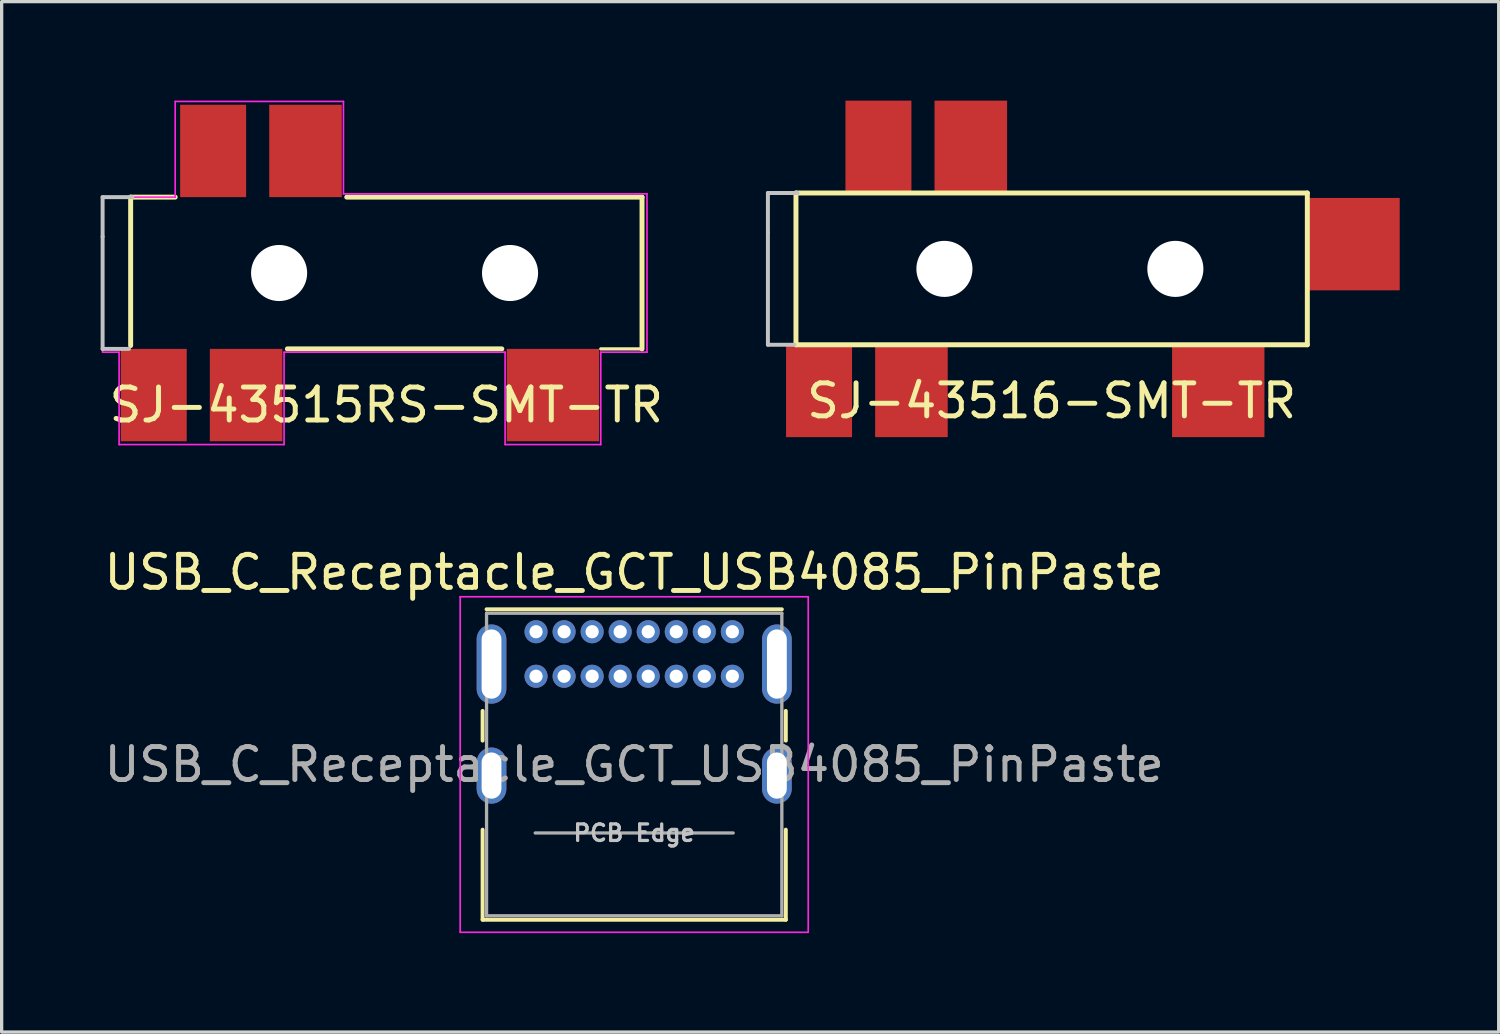
<source format=kicad_pcb>
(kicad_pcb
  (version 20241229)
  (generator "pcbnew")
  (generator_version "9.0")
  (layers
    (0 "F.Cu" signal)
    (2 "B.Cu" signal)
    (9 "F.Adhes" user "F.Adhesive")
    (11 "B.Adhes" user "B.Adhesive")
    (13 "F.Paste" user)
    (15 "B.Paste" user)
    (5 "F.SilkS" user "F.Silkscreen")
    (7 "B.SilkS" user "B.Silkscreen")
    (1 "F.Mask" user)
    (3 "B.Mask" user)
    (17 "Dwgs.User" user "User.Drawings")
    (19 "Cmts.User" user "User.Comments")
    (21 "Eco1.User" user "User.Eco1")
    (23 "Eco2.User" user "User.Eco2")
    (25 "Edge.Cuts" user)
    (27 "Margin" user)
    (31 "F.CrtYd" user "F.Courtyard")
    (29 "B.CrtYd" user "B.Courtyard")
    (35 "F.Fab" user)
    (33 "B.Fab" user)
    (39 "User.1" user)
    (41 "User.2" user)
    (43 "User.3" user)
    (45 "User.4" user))
  (footprint "USB_C_Receptacle_GCT_USB4085_PinPaste"
    (layer "F.Cu")
    (at 13.198 16.098)
    (property "Reference" "USB_C_Receptacle_GCT_USB4085_PinPaste" (at 2.975 -1.8 0) (layer "F.SilkS") (effects (font (size 1 1) (thickness 0.15))))
    (attr through_hole)
    (fp_line (start -1.62 2.4) (end -1.62 3.3) (stroke (width 0.12) (type solid)) (layer "F.SilkS"))
    (fp_line (start -1.62 6) (end -1.62 8.73) (stroke (width 0.12) (type solid)) (layer "F.SilkS"))
    (fp_line (start -1.62 8.73) (end 7.57 8.73) (stroke (width 0.12) (type solid)) (layer "F.SilkS"))
    (fp_line (start -1.5 -0.68) (end 7.45 -0.68) (stroke (width 0.12) (type solid)) (layer "F.SilkS"))
    (fp_line (start 7.57 2.4) (end 7.57 3.3) (stroke (width 0.12) (type solid)) (layer "F.SilkS"))
    (fp_line (start 7.57 6) (end 7.57 8.73) (stroke (width 0.12) (type solid)) (layer "F.SilkS"))
    (fp_line (start -2.3 -1.06) (end -2.3 9.11) (stroke (width 0.05) (type solid)) (layer "F.CrtYd"))
    (fp_line (start -2.3 -1.06) (end 8.25 -1.06) (stroke (width 0.05) (type solid)) (layer "F.CrtYd"))
    (fp_line (start -2.3 9.11) (end 8.25 9.11) (stroke (width 0.05) (type solid)) (layer "F.CrtYd"))
    (fp_line (start 8.25 -1.06) (end 8.25 9.11) (stroke (width 0.05) (type solid)) (layer "F.CrtYd"))
    (fp_line (start -1.5 -0.56) (end -1.5 8.61) (stroke (width 0.1) (type solid)) (layer "F.Fab"))
    (fp_line (start -1.5 -0.56) (end 7.45 -0.56) (stroke (width 0.1) (type solid)) (layer "F.Fab"))
    (fp_line (start -1.5 8.61) (end 7.45 8.61) (stroke (width 0.1) (type solid)) (layer "F.Fab"))
    (fp_line (start -0.025 6.1) (end 5.975 6.1) (stroke (width 0.1) (type solid)) (layer "F.Fab"))
    (fp_line (start 7.45 -0.56) (end 7.45 8.61) (stroke (width 0.1) (type solid)) (layer "F.Fab"))
    (fp_text user "PCB Edge" (at 2.975 6.1 0) (layer "Dwgs.User") (effects (font (size 0.5 0.5) (thickness 0.1))))
    (fp_text user "${REFERENCE}" (at 2.975 4.025 0) (layer "F.Fab") (effects (font (size 1 1) (thickness 0.15))))
    (pad "A1" thru_hole circle (at 0 0) (size 0.7 0.7) (drill 0.4) (layers "*.Cu" "*.Mask" "F.Paste"))
    (pad "A4" thru_hole circle (at 0.85 0) (size 0.7 0.7) (drill 0.4) (layers "*.Cu" "*.Mask" "F.Paste"))
    (pad "A5" thru_hole circle (at 1.7 0) (size 0.7 0.7) (drill 0.4) (layers "*.Cu" "*.Mask" "F.Paste"))
    (pad "A6" thru_hole circle (at 2.55 0) (size 0.7 0.7) (drill 0.4) (layers "*.Cu" "*.Mask" "F.Paste"))
    (pad "A7" thru_hole circle (at 3.4 0) (size 0.7 0.7) (drill 0.4) (layers "*.Cu" "*.Mask" "F.Paste"))
    (pad "A8" thru_hole circle (at 4.25 0) (size 0.7 0.7) (drill 0.4) (layers "*.Cu" "*.Mask" "F.Paste"))
    (pad "A9" thru_hole circle (at 5.1 0) (size 0.7 0.7) (drill 0.4) (layers "*.Cu" "*.Mask" "F.Paste"))
    (pad "A12" thru_hole circle (at 5.95 0) (size 0.7 0.7) (drill 0.4) (layers "*.Cu" "*.Mask" "F.Paste"))
    (pad "B1" thru_hole circle (at 5.95 1.35) (size 0.7 0.7) (drill 0.4) (layers "*.Cu" "*.Mask" "F.Paste"))
    (pad "B4" thru_hole circle (at 5.1 1.35) (size 0.7 0.7) (drill 0.4) (layers "*.Cu" "*.Mask" "F.Paste"))
    (pad "B5" thru_hole circle (at 4.25 1.35) (size 0.7 0.7) (drill 0.4) (layers "*.Cu" "*.Mask" "F.Paste"))
    (pad "B6" thru_hole circle (at 3.4 1.35) (size 0.7 0.7) (drill 0.4) (layers "*.Cu" "*.Mask" "F.Paste"))
    (pad "B7" thru_hole circle (at 2.55 1.35) (size 0.7 0.7) (drill 0.4) (layers "*.Cu" "*.Mask" "F.Paste"))
    (pad "B8" thru_hole circle (at 1.7 1.35) (size 0.7 0.7) (drill 0.4) (layers "*.Cu" "*.Mask" "F.Paste"))
    (pad "B9" thru_hole circle (at 0.85 1.35) (size 0.7 0.7) (drill 0.4) (layers "*.Cu" "*.Mask" "F.Paste"))
    (pad "B12" thru_hole circle (at 0 1.35) (size 0.7 0.7) (drill 0.4) (layers "*.Cu" "*.Mask" "F.Paste"))
    (pad "S1" thru_hole oval (at -1.35 0.98) (size 0.9 2.4) (drill oval 0.6 2.1) (layers "*.Cu" "*.Mask" "F.Paste"))
    (pad "S1" thru_hole oval (at -1.35 4.36) (size 0.9 1.7) (drill oval 0.6 1.4) (layers "*.Cu" "*.Mask" "F.Paste"))
    (pad "S1" thru_hole oval (at 7.3 0.98) (size 0.9 2.4) (drill oval 0.6 2.1) (layers "*.Cu" "*.Mask" "F.Paste"))
    (pad "S1" thru_hole oval (at 7.3 4.36) (size 0.9 1.7) (drill oval 0.6 1.4) (layers "*.Cu" "*.Mask" "F.Paste")))
  (footprint "SJ-43516-SMT-TR"
    (layer "F.Cu")
    (at 28.826 5.1)
    (property "Reference" "SJ-43516-SMT-TR" (at 0 4 0) (layer "F.SilkS") (effects (font (size 1 1) (thickness 0.15))))
    (attr through_hole)
    (fp_line (start -7.75 -2.3) (end -7.75 2.3) (stroke (width 0.15) (type solid)) (layer "F.SilkS"))
    (fp_line (start -7.75 -2.3) (end 7.75 -2.3) (stroke (width 0.15) (type solid)) (layer "F.SilkS"))
    (fp_line (start -7.75 2.3) (end 7.75 2.3) (stroke (width 0.15) (type solid)) (layer "F.SilkS"))
    (fp_line (start 7.75 -2.3) (end 7.75 2.3) (stroke (width 0.15) (type solid)) (layer "F.SilkS"))
    (fp_line (start -8.6 -2.3) (end -7.7 -2.3) (stroke (width 0.12) (type solid)) (layer "Dwgs.User"))
    (fp_line (start -8.6 -1.1) (end -8.6 -2.3) (stroke (width 0.12) (type solid)) (layer "Dwgs.User"))
    (fp_line (start -8.6 -1.1) (end -8.6 2.3) (stroke (width 0.12) (type solid)) (layer "Dwgs.User"))
    (fp_line (start -8.6 2.3) (end -7.8 2.3) (stroke (width 0.12) (type solid)) (layer "Dwgs.User"))
    (pad "" np_thru_hole circle (at -3.25 0) (size 1.7 1.7) (drill 1.7) (layers "*.Cu" "*.Mask"))
    (pad "" np_thru_hole circle (at 3.75 0) (size 1.7 1.7) (drill 1.7) (layers "*.Cu" "*.Mask"))
    (pad "1" smd rect (at -7.05 3.7) (size 2 2.8) (layers "F.Cu" "F.Mask" "F.Paste"))
    (pad "2" smd rect (at 5.05 3.7) (size 2.8 2.8) (layers "F.Cu" "F.Mask" "F.Paste"))
    (pad "3" smd rect (at -2.45 -3.7) (size 2.2 2.8) (layers "F.Cu" "F.Mask" "F.Paste"))
    (pad "4" smd rect (at -4.25 3.7) (size 2.2 2.8) (layers "F.Cu" "F.Mask" "F.Paste"))
    (pad "5" smd rect (at 9.15 -0.75) (size 2.8 2.8) (layers "F.Cu" "F.Mask" "F.Paste"))
    (pad "6" smd rect (at -5.25 -3.7) (size 2 2.8) (layers "F.Cu" "F.Mask" "F.Paste")))
  (footprint "SJ-43515RS-SMT-TR"
    (layer "F.Cu")
    (at 8.66 5.225)
    (property "Reference" "SJ-43515RS-SMT-TR" (at 0 4 0) (layer "F.SilkS") (effects (font (size 1 1) (thickness 0.15))))
    (attr through_hole)
    (fp_line (start -7.75 -2.3) (end -7.75 2.2) (stroke (width 0.15) (type solid)) (layer "F.SilkS"))
    (fp_line (start -7.75 -2.3) (end -6.4 -2.3) (stroke (width 0.15) (type solid)) (layer "F.SilkS"))
    (fp_line (start -3 2.3) (end 3.5 2.3) (stroke (width 0.15) (type solid)) (layer "F.SilkS"))
    (fp_line (start -1.2 -2.3) (end 7.75 -2.3) (stroke (width 0.15) (type solid)) (layer "F.SilkS"))
    (fp_line (start 7.75 -2.3) (end 7.75 2.3) (stroke (width 0.15) (type solid)) (layer "F.SilkS"))
    (fp_line (start 7.75 2.3) (end 6.5 2.3) (stroke (width 0.1) (type default)) (layer "F.SilkS"))
    (fp_line (start -8.6 -2.3) (end -7.7 -2.3) (stroke (width 0.12) (type solid)) (layer "Dwgs.User"))
    (fp_line (start -8.6 -1.1) (end -8.6 -2.3) (stroke (width 0.12) (type solid)) (layer "Dwgs.User"))
    (fp_line (start -8.6 -1.1) (end -8.6 2.3) (stroke (width 0.12) (type solid)) (layer "Dwgs.User"))
    (fp_line (start -8.6 2.3) (end -7.8 2.3) (stroke (width 0.12) (type solid)) (layer "Dwgs.User"))
    (fp_line (start -8.6 -2.3) (end -6.4 -2.3) (stroke (width 0.05) (type default)) (layer "F.CrtYd"))
    (fp_line (start -8.6 2.4) (end -8.6 -2.3) (stroke (width 0.05) (type default)) (layer "F.CrtYd"))
    (fp_line (start -8.1 2.4) (end -8.6 2.4) (stroke (width 0.05) (type default)) (layer "F.CrtYd"))
    (fp_line (start -8.1 5.2) (end -8.1 2.4) (stroke (width 0.05) (type default)) (layer "F.CrtYd"))
    (fp_line (start -6.4 -5.2) (end -1.3 -5.2) (stroke (width 0.05) (type default)) (layer "F.CrtYd"))
    (fp_line (start -6.4 -2.3) (end -6.4 -5.2) (stroke (width 0.05) (type default)) (layer "F.CrtYd"))
    (fp_line (start -3.1 2.4) (end -3.1 5.2) (stroke (width 0.05) (type default)) (layer "F.CrtYd"))
    (fp_line (start -3.1 5.2) (end -8.1 5.2) (stroke (width 0.05) (type default)) (layer "F.CrtYd"))
    (fp_line (start -1.3 -5.2) (end -1.3 -2.4) (stroke (width 0.05) (type default)) (layer "F.CrtYd"))
    (fp_line (start -1.3 -2.4) (end 7.9 -2.4) (stroke (width 0.05) (type default)) (layer "F.CrtYd"))
    (fp_line (start 3.6 2.4) (end -3.1 2.4) (stroke (width 0.05) (type default)) (layer "F.CrtYd"))
    (fp_line (start 3.6 5.2) (end 3.6 2.4) (stroke (width 0.05) (type default)) (layer "F.CrtYd"))
    (fp_line (start 6.5 2.4) (end 6.5 5.2) (stroke (width 0.05) (type default)) (layer "F.CrtYd"))
    (fp_line (start 6.5 5.2) (end 3.6 5.2) (stroke (width 0.05) (type default)) (layer "F.CrtYd"))
    (fp_line (start 7.9 -2.4) (end 7.9 2.4) (stroke (width 0.05) (type default)) (layer "F.CrtYd"))
    (fp_line (start 7.9 2.4) (end 6.5 2.4) (stroke (width 0.05) (type default)) (layer "F.CrtYd"))
    (pad "" np_thru_hole circle (at -3.25 0) (size 1.7 1.7) (drill 1.7) (layers "*.Cu" "*.Mask"))
    (pad "" np_thru_hole circle (at 3.75 0) (size 1.7 1.7) (drill 1.7) (layers "*.Cu" "*.Mask"))
    (pad "1" smd rect (at -7.05 3.7) (size 2 2.8) (layers "F.Cu" "F.Mask" "F.Paste"))
    (pad "2" smd rect (at 5.05 3.7) (size 2.8 2.8) (layers "F.Cu" "F.Mask" "F.Paste"))
    (pad "3" smd rect (at -2.45 -3.7) (size 2.2 2.8) (layers "F.Cu" "F.Mask" "F.Paste"))
    (pad "4" smd rect (at -4.25 3.7) (size 2.2 2.8) (layers "F.Cu" "F.Mask" "F.Paste"))
    (pad "6" smd rect (at -5.25 -3.7) (size 2 2.8) (layers "F.Cu" "F.Mask" "F.Paste")))
  (gr_rect
    (start -3 -3)
    (end 42.376 28.233)
    (stroke (width 0.1) (type default))
    (fill no)
    (layer "Edge.Cuts")))
</source>
